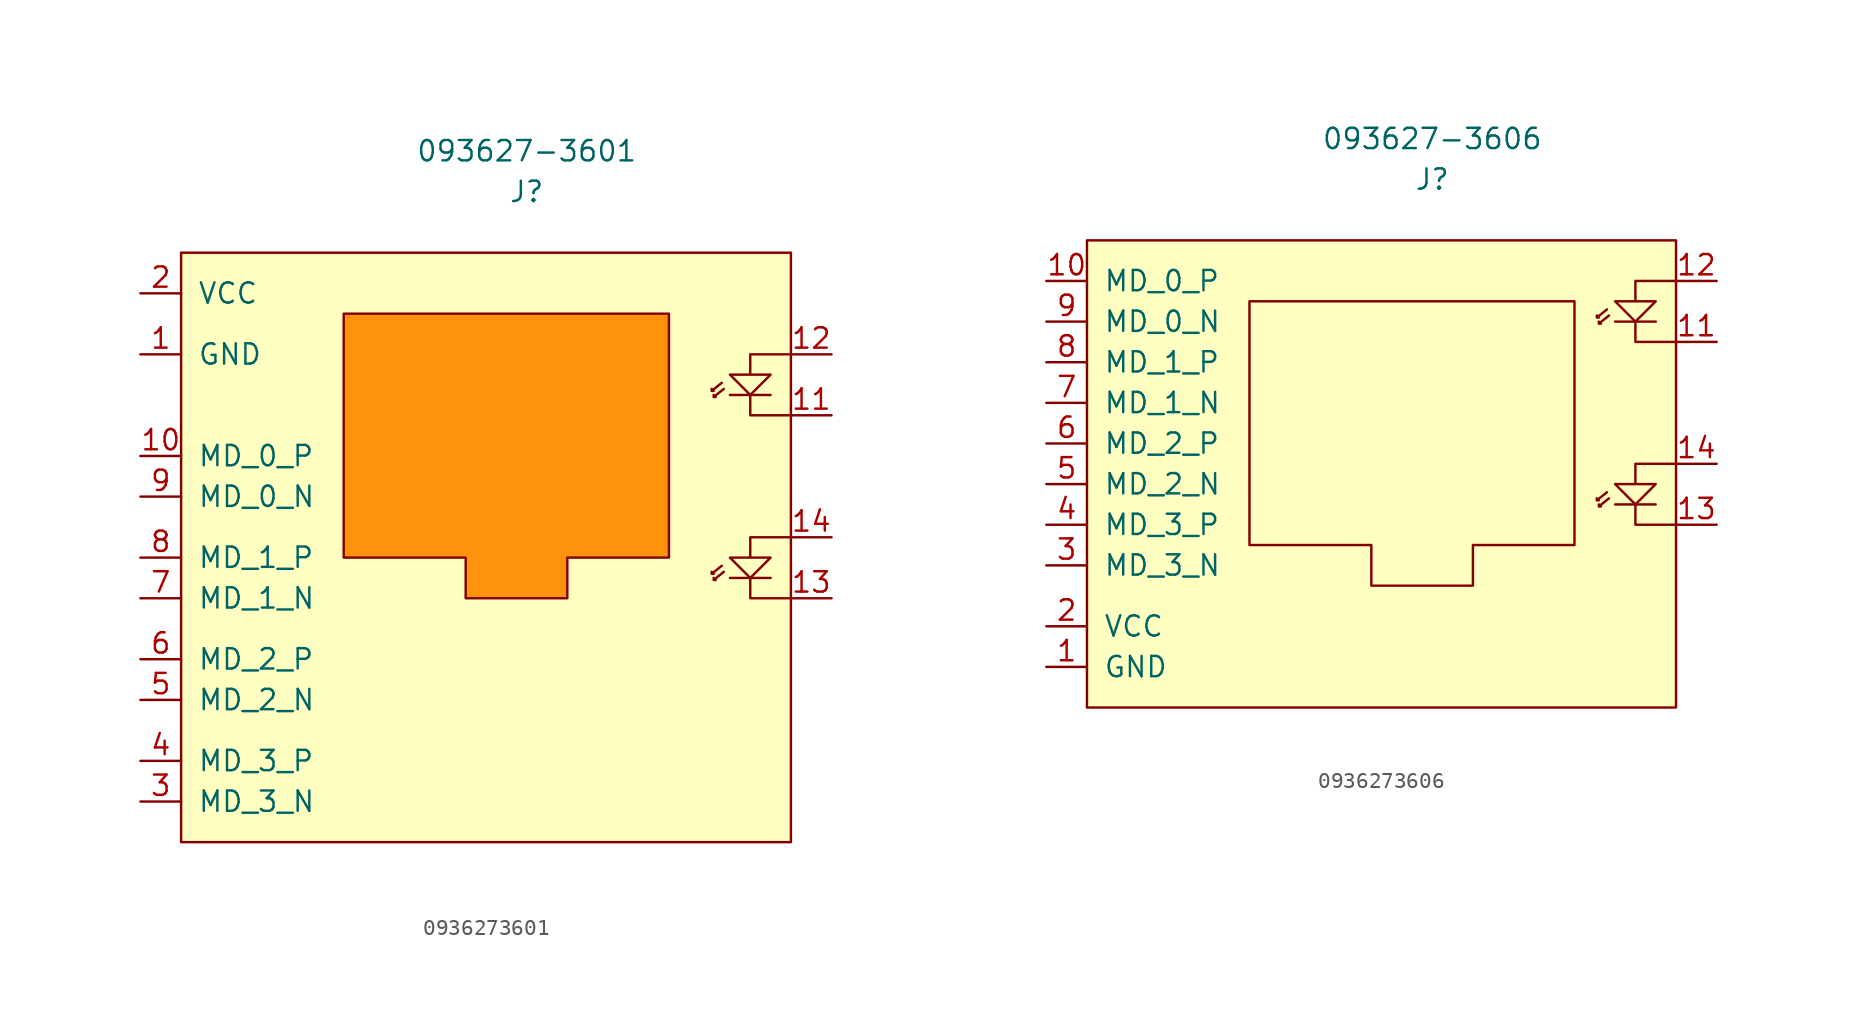
<source format=kicad_sym>
(kicad_symbol_lib
  (version 20220914)
  (generator kicad_symbol_editor)
  (symbol "0936273601"
    (pin_names
      (offset 1.016))
    (property "Reference" "J"
      (at 0 16.51 0)
      (effects (font (size 1.27 1.27))))
    (property "Value" "093627-3601"
      (at 0 19.05 0)
      (effects (font (size 1.27 1.27))))
    (symbol "0936273601_0_1"
      (polyline (pts (xy 15.24 -7.62) (xy 12.7 -7.62)) (stroke (width 0) (type default)) (fill (type none)))
      (polyline (pts (xy 15.24 3.81) (xy 12.7 3.81)) (stroke (width 0) (type default)) (fill (type none)))
      (polyline (pts (xy 13.97 -7.62) (xy 13.97 -8.89) (xy 16.51 -8.89)) (stroke (width 0) (type default)) (fill (type none)))
      (polyline (pts (xy 13.97 3.81) (xy 13.97 2.54) (xy 16.51 2.54)) (stroke (width 0) (type default)) (fill (type none)))
      (polyline (pts (xy 12.192 -6.858) (xy 11.557 -7.366) (xy 11.557 -7.239) (xy 11.684 -7.366) (xy 11.557 -7.366)) (stroke (width 0) (type default)) (fill (type none)))
      (polyline (pts (xy 12.192 4.572) (xy 11.557 4.064) (xy 11.557 4.191) (xy 11.684 4.064) (xy 11.557 4.064)) (stroke (width 0) (type default)) (fill (type none)))
      (polyline (pts (xy 12.319 -7.239) (xy 11.684 -7.747) (xy 11.684 -7.62) (xy 11.811 -7.747) (xy 11.684 -7.747)) (stroke (width 0) (type default)) (fill (type none)))
      (polyline (pts (xy 12.319 4.191) (xy 11.684 3.683) (xy 11.684 3.81) (xy 11.811 3.683) (xy 11.684 3.683)) (stroke (width 0) (type default)) (fill (type none)))
      (polyline (pts (xy 16.51 -5.08) (xy 13.97 -5.08) (xy 13.97 -6.35) (xy 12.7 -6.35) (xy 13.97 -7.62) (xy 15.24 -6.35) (xy 13.97 -6.35)) (stroke (width 0) (type default)) (fill (type none)))
      (polyline (pts (xy 16.51 6.35) (xy 13.97 6.35) (xy 13.97 5.08) (xy 12.7 5.08) (xy 13.97 3.81) (xy 15.24 5.08) (xy 13.97 5.08)) (stroke (width 0) (type default)) (fill (type none))))
    (symbol "0936273601_1_1"
      (rectangle (start -21.59 12.7) (end 16.51 -24.13) (stroke (width 0) (type default)) (fill (type background)))
      (polyline (pts (xy -10.16 8.89) (xy 8.89 8.89) (xy 8.89 -6.35) (xy 2.54 -6.35) (xy 2.54 -8.89) (xy -3.81 -8.89) (xy -3.81 -6.35) (xy -10.16 -6.35) (xy -11.43 -6.35) (xy -11.43 8.89) (xy -10.16 8.89)) (stroke (width 0) (type default)) (fill (type color) (color 255 146 13 1)))
      (pin input line (at -24.13 6.35 0) (length 2.54) (name "GND" (effects (font (size 1.27 1.27)))) (number "1" (effects (font (size 1.27 1.27)))))
      (pin input line (at -24.13 0 0) (length 2.54) (name "MD_0_P" (effects (font (size 1.27 1.27)))) (number "10" (effects (font (size 1.27 1.27)))))
      (pin passive line (at 19.05 2.54 180) (length 2.54) (name "" (effects (font (size 1.27 1.27)))) (number "11" (effects (font (size 1.27 1.27)))))
      (pin passive line (at 19.05 6.35 180) (length 2.54) (name "" (effects (font (size 1.27 1.27)))) (number "12" (effects (font (size 1.27 1.27)))))
      (pin passive line (at 19.05 -8.89 180) (length 2.54) (name "" (effects (font (size 1.27 1.27)))) (number "13" (effects (font (size 1.27 1.27)))))
      (pin passive line (at 19.05 -5.08 180) (length 2.54) (name "" (effects (font (size 1.27 1.27)))) (number "14" (effects (font (size 1.27 1.27)))))
      (pin input line (at -24.13 10.16 0) (length 2.54) (name "VCC" (effects (font (size 1.27 1.27)))) (number "2" (effects (font (size 1.27 1.27)))))
      (pin input line (at -24.13 -21.59 0) (length 2.54) (name "MD_3_N" (effects (font (size 1.27 1.27)))) (number "3" (effects (font (size 1.27 1.27)))))
      (pin input line (at -24.13 -19.05 0) (length 2.54) (name "MD_3_P" (effects (font (size 1.27 1.27)))) (number "4" (effects (font (size 1.27 1.27)))))
      (pin input line (at -24.13 -15.24 0) (length 2.54) (name "MD_2_N" (effects (font (size 1.27 1.27)))) (number "5" (effects (font (size 1.27 1.27)))))
      (pin input line (at -24.13 -12.7 0) (length 2.54) (name "MD_2_P" (effects (font (size 1.27 1.27)))) (number "6" (effects (font (size 1.27 1.27)))))
      (pin input line (at -24.13 -8.89 0) (length 2.54) (name "MD_1_N" (effects (font (size 1.27 1.27)))) (number "7" (effects (font (size 1.27 1.27)))))
      (pin input line (at -24.13 -6.35 0) (length 2.54) (name "MD_1_P" (effects (font (size 1.27 1.27)))) (number "8" (effects (font (size 1.27 1.27)))))
      (pin input line (at -24.13 -2.54 0) (length 2.54) (name "MD_0_N" (effects (font (size 1.27 1.27)))) (number "9" (effects (font (size 1.27 1.27)))))))
  (symbol "0936273606"
    (pin_names
      (offset 1.016))
    (property "Reference" "J"
      (at 0 16.51 0)
      (effects (font (size 1.27 1.27))))
    (property "Value" "093627-3606"
      (at 0 19.05 0)
      (effects (font (size 1.27 1.27))))
    (symbol "0936273606_0_1"
      (rectangle (start -21.59 12.7) (end 15.24 -16.51) (stroke (width 0) (type solid)) (fill (type background)))
      (polyline (pts (xy 13.97 -3.81) (xy 11.43 -3.81)) (stroke (width 0) (type default)) (fill (type none)))
      (polyline (pts (xy 13.97 7.62) (xy 11.43 7.62)) (stroke (width 0) (type default)) (fill (type none)))
      (polyline (pts (xy 12.7 -3.81) (xy 12.7 -5.08) (xy 15.24 -5.08)) (stroke (width 0) (type default)) (fill (type none)))
      (polyline (pts (xy 12.7 7.62) (xy 12.7 6.35) (xy 15.24 6.35)) (stroke (width 0) (type default)) (fill (type none)))
      (polyline (pts (xy 10.922 -3.048) (xy 10.287 -3.556) (xy 10.287 -3.429) (xy 10.414 -3.556) (xy 10.287 -3.556)) (stroke (width 0) (type default)) (fill (type none)))
      (polyline (pts (xy 10.922 8.382) (xy 10.287 7.874) (xy 10.287 8.001) (xy 10.414 7.874) (xy 10.287 7.874)) (stroke (width 0) (type default)) (fill (type none)))
      (polyline (pts (xy 11.049 -3.429) (xy 10.414 -3.937) (xy 10.414 -3.81) (xy 10.541 -3.937) (xy 10.414 -3.937)) (stroke (width 0) (type default)) (fill (type none)))
      (polyline (pts (xy 11.049 8.001) (xy 10.414 7.493) (xy 10.414 7.62) (xy 10.541 7.493) (xy 10.414 7.493)) (stroke (width 0) (type default)) (fill (type none)))
      (polyline (pts (xy 15.24 -1.27) (xy 12.7 -1.27) (xy 12.7 -2.54) (xy 11.43 -2.54) (xy 12.7 -3.81) (xy 13.97 -2.54) (xy 12.7 -2.54)) (stroke (width 0) (type default)) (fill (type none)))
      (polyline (pts (xy 15.24 10.16) (xy 12.7 10.16) (xy 12.7 8.89) (xy 11.43 8.89) (xy 12.7 7.62) (xy 13.97 8.89) (xy 12.7 8.89)) (stroke (width 0) (type default)) (fill (type none)))
      (polyline (pts (xy -10.16 8.89) (xy 8.89 8.89) (xy 8.89 -6.35) (xy 2.54 -6.35) (xy 2.54 -8.89) (xy -3.81 -8.89) (xy -3.81 -6.35) (xy -10.16 -6.35) (xy -11.43 -6.35) (xy -11.43 8.89) (xy -10.16 8.89)) (stroke (width 0) (type default)) (fill (type none))))
    (symbol "0936273606_1_1"
      (pin input line (at -24.13 -13.97 0) (length 2.54) (name "GND" (effects (font (size 1.27 1.27)))) (number "1" (effects (font (size 1.27 1.27)))))
      (pin input line (at -24.13 10.16 0) (length 2.54) (name "MD_0_P" (effects (font (size 1.27 1.27)))) (number "10" (effects (font (size 1.27 1.27)))))
      (pin passive line (at 17.78 6.35 180) (length 2.54) (name "" (effects (font (size 1.27 1.27)))) (number "11" (effects (font (size 1.27 1.27)))))
      (pin passive line (at 17.78 10.16 180) (length 2.54) (name "" (effects (font (size 1.27 1.27)))) (number "12" (effects (font (size 1.27 1.27)))))
      (pin passive line (at 17.78 -5.08 180) (length 2.54) (name "" (effects (font (size 1.27 1.27)))) (number "13" (effects (font (size 1.27 1.27)))))
      (pin passive line (at 17.78 -1.27 180) (length 2.54) (name "" (effects (font (size 1.27 1.27)))) (number "14" (effects (font (size 1.27 1.27)))))
      (pin input line (at -24.13 -11.43 0) (length 2.54) (name "VCC" (effects (font (size 1.27 1.27)))) (number "2" (effects (font (size 1.27 1.27)))))
      (pin input line (at -24.13 -7.62 0) (length 2.54) (name "MD_3_N" (effects (font (size 1.27 1.27)))) (number "3" (effects (font (size 1.27 1.27)))))
      (pin input line (at -24.13 -5.08 0) (length 2.54) (name "MD_3_P" (effects (font (size 1.27 1.27)))) (number "4" (effects (font (size 1.27 1.27)))))
      (pin input line (at -24.13 -2.54 0) (length 2.54) (name "MD_2_N" (effects (font (size 1.27 1.27)))) (number "5" (effects (font (size 1.27 1.27)))))
      (pin input line (at -24.13 0 0) (length 2.54) (name "MD_2_P" (effects (font (size 1.27 1.27)))) (number "6" (effects (font (size 1.27 1.27)))))
      (pin input line (at -24.13 2.54 0) (length 2.54) (name "MD_1_N" (effects (font (size 1.27 1.27)))) (number "7" (effects (font (size 1.27 1.27)))))
      (pin input line (at -24.13 5.08 0) (length 2.54) (name "MD_1_P" (effects (font (size 1.27 1.27)))) (number "8" (effects (font (size 1.27 1.27)))))
      (pin input line (at -24.13 7.62 0) (length 2.54) (name "MD_0_N" (effects (font (size 1.27 1.27)))) (number "9" (effects (font (size 1.27 1.27))))))))
</source>
